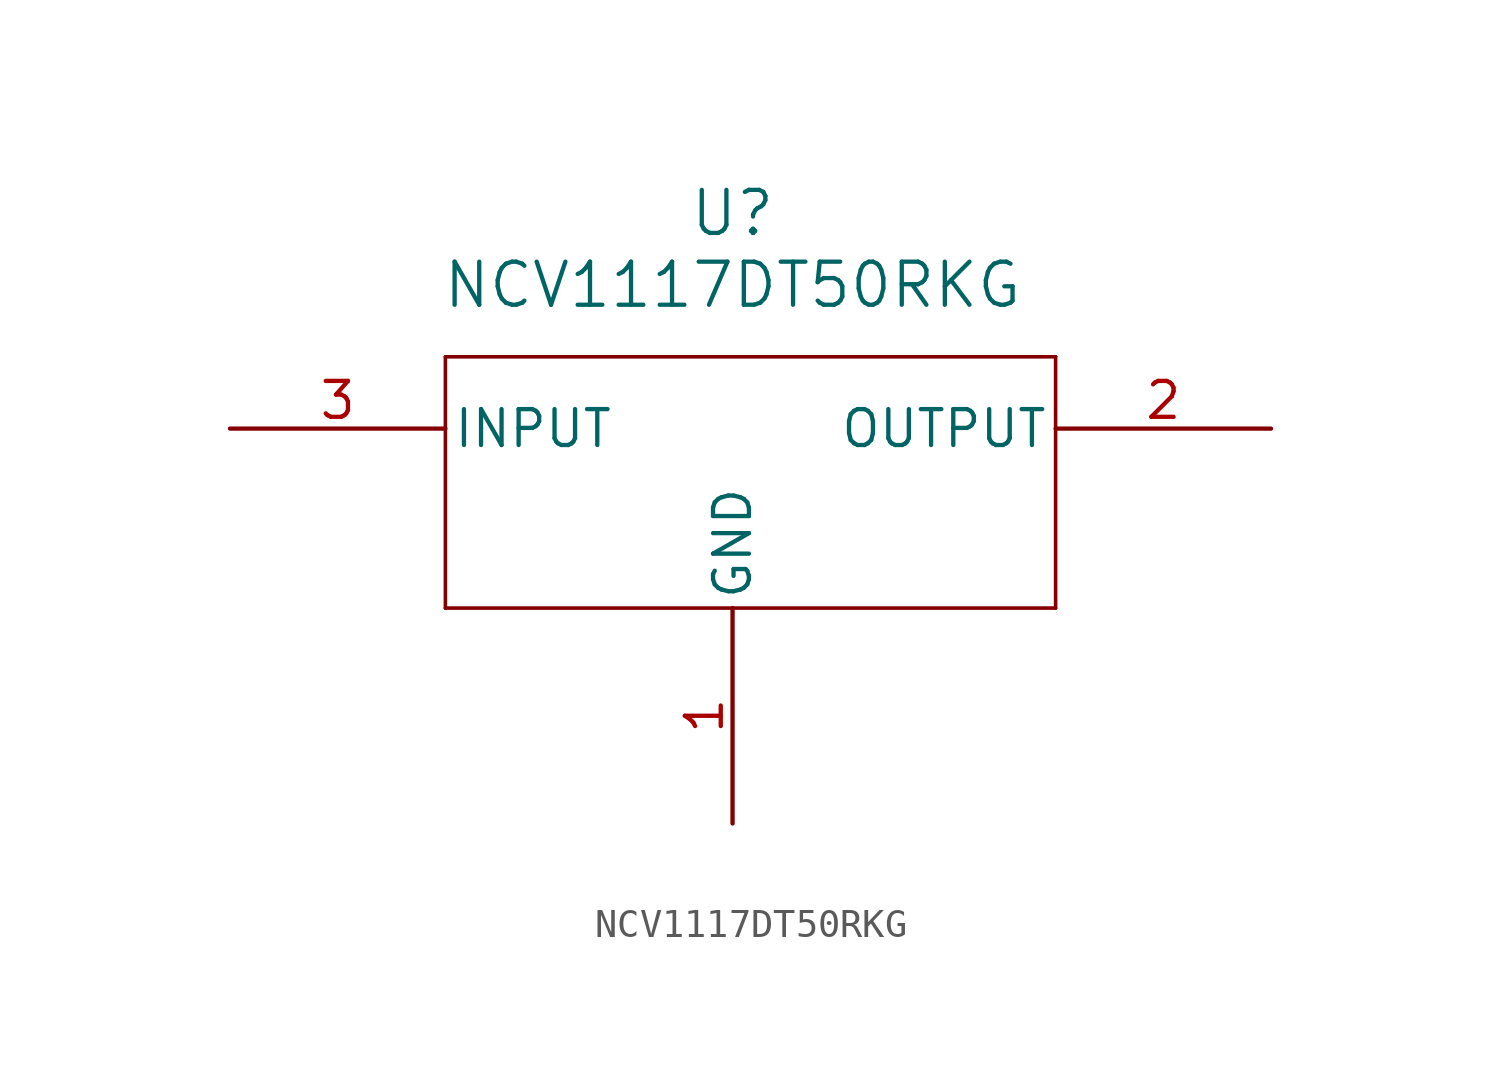
<source format=kicad_sym>
(kicad_symbol_lib
  (version 20241209)
  (generator "kicad_symbol_editor")
  (generator_version "9.0")
  (symbol "NCV1117DT50RKG"
    (pin_names
      (offset 0.254))
    (property "Reference" "U"
      (at 0 7.62 0)
      (effects (font (size 1.524 1.524))))
    (property "Value" "NCV1117DT50RKG"
      (at 0 5.08 0)
      (effects (font (size 1.524 1.524))))
    (symbol "NCV1117DT50RKG_0_1"
      (polyline (pts (xy -10.16 2.54) (xy -10.16 -6.35)) (stroke (width 0.127) (type default)) (fill (type none)))
      (polyline (pts (xy -10.16 -6.35) (xy 11.43 -6.35)) (stroke (width 0.127) (type default)) (fill (type none)))
      (polyline (pts (xy 11.43 2.54) (xy -10.16 2.54)) (stroke (width 0.127) (type default)) (fill (type none)))
      (polyline (pts (xy 11.43 -6.35) (xy 11.43 2.54)) (stroke (width 0.127) (type default)) (fill (type none)))
      (pin input line (at -17.78 0 0) (length 7.62) (name "INPUT" (effects (font (size 1.27 1.27)))) (number "3" (effects (font (size 1.27 1.27)))))
      (pin output line (at 19.05 0 180) (length 7.62) (name "OUTPUT" (effects (font (size 1.27 1.27)))) (number "2" (effects (font (size 1.27 1.27))))))
    (symbol "NCV1117DT50RKG_1_1"
      (pin bidirectional line (at 0 -13.97 90) (length 7.62) (name "GND" (effects (font (size 1.27 1.27)))) (number "1" (effects (font (size 1.27 1.27))))))))
</source>
